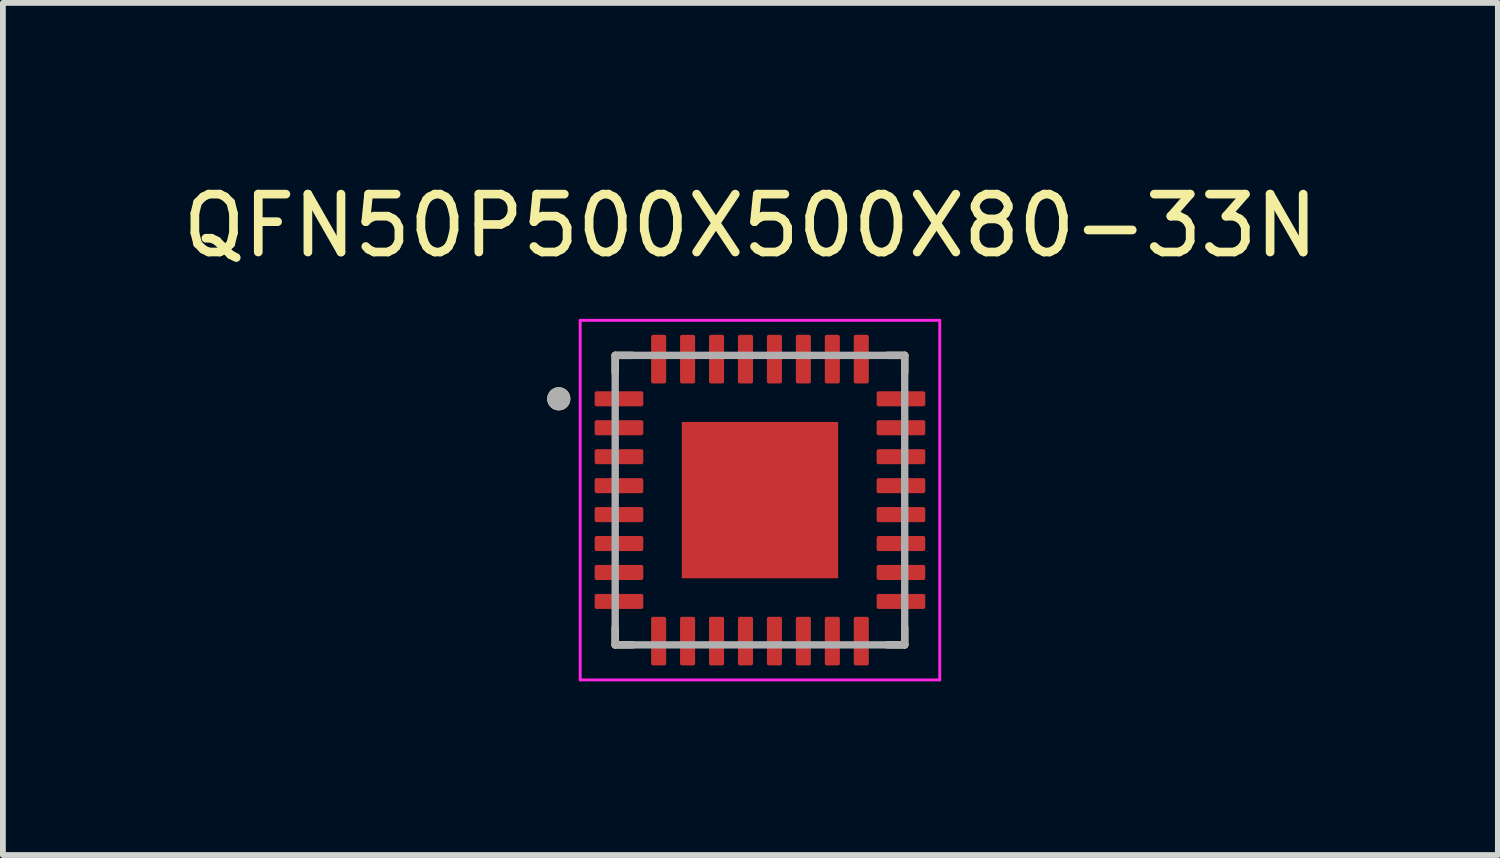
<source format=kicad_pcb>
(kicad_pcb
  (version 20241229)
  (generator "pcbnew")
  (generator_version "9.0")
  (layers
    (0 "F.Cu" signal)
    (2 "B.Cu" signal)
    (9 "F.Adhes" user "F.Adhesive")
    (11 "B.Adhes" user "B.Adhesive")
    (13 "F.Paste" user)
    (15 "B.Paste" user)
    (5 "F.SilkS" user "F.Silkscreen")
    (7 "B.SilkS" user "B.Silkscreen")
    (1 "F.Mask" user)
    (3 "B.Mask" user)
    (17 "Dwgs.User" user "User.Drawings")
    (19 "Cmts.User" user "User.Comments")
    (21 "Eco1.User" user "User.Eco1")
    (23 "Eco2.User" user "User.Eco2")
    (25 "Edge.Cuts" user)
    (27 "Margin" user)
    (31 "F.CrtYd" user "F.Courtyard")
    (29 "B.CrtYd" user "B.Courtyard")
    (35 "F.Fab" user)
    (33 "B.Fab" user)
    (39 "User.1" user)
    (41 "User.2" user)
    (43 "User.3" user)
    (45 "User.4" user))
  (footprint "QFN50P500X500X80-33N"
    (layer "F.Cu")
    (at 10.076 5.588)
    (property "Reference" "QFN50P500X500X80-33N" (at -0.165 -4.74 0) (layer "F.SilkS") (effects (font (size 1 1) (thickness 0.15))))
    (attr smd)
    (fp_line (start -2.5 -2.5) (end -2.5 -2.2) (stroke (width 0.127) (type solid)) (layer "F.SilkS"))
    (fp_line (start -2.5 -2.5) (end -2.2 -2.5) (stroke (width 0.127) (type solid)) (layer "F.SilkS"))
    (fp_line (start -2.5 2.5) (end -2.5 2.2) (stroke (width 0.127) (type solid)) (layer "F.SilkS"))
    (fp_line (start -2.5 2.5) (end -2.2 2.5) (stroke (width 0.127) (type solid)) (layer "F.SilkS"))
    (fp_line (start 2.5 -2.5) (end 2.2 -2.5) (stroke (width 0.127) (type solid)) (layer "F.SilkS"))
    (fp_line (start 2.5 -2.5) (end 2.5 -2.2) (stroke (width 0.127) (type solid)) (layer "F.SilkS"))
    (fp_line (start 2.5 2.5) (end 2.2 2.5) (stroke (width 0.127) (type solid)) (layer "F.SilkS"))
    (fp_line (start 2.5 2.5) (end 2.5 2.2) (stroke (width 0.127) (type solid)) (layer "F.SilkS"))
    (fp_circle (center -3.475 -1.75) (end -3.375 -1.75) (stroke (width 0.2) (type solid)) (fill no) (layer "F.SilkS"))
    (fp_poly (pts (xy -0.85 -0.85) (xy 0.85 -0.85) (xy 0.85 0.85) (xy -0.85 0.85)) (stroke (width 0.01) (type solid)) (fill yes) (layer "F.Paste"))
    (fp_line (start -3.105 -3.105) (end 3.105 -3.105) (stroke (width 0.05) (type solid)) (layer "F.CrtYd"))
    (fp_line (start -3.105 3.105) (end -3.105 -3.105) (stroke (width 0.05) (type solid)) (layer "F.CrtYd"))
    (fp_line (start -3.105 3.105) (end 3.105 3.105) (stroke (width 0.05) (type solid)) (layer "F.CrtYd"))
    (fp_line (start 3.105 3.105) (end 3.105 -3.105) (stroke (width 0.05) (type solid)) (layer "F.CrtYd"))
    (fp_line (start -2.5 2.5) (end -2.5 -2.5) (stroke (width 0.127) (type solid)) (layer "F.Fab"))
    (fp_line (start 2.5 -2.5) (end -2.5 -2.5) (stroke (width 0.127) (type solid)) (layer "F.Fab"))
    (fp_line (start 2.5 2.5) (end -2.5 2.5) (stroke (width 0.127) (type solid)) (layer "F.Fab"))
    (fp_line (start 2.5 2.5) (end 2.5 -2.5) (stroke (width 0.127) (type solid)) (layer "F.Fab"))
    (fp_circle (center -3.475 -1.75) (end -3.375 -1.75) (stroke (width 0.2) (type solid)) (fill no) (layer "F.Fab"))
    (pad "1" smd roundrect (at -2.435 -1.75) (size 0.84 0.26) (layers "F.Cu" "F.Mask" "F.Paste") (roundrect_rratio 0.125))
    (pad "2" smd roundrect (at -2.435 -1.25) (size 0.84 0.26) (layers "F.Cu" "F.Mask" "F.Paste") (roundrect_rratio 0.125))
    (pad "3" smd roundrect (at -2.435 -0.75) (size 0.84 0.26) (layers "F.Cu" "F.Mask" "F.Paste") (roundrect_rratio 0.125))
    (pad "4" smd roundrect (at -2.435 -0.25) (size 0.84 0.26) (layers "F.Cu" "F.Mask" "F.Paste") (roundrect_rratio 0.125))
    (pad "5" smd roundrect (at -2.435 0.25) (size 0.84 0.26) (layers "F.Cu" "F.Mask" "F.Paste") (roundrect_rratio 0.125))
    (pad "6" smd roundrect (at -2.435 0.75) (size 0.84 0.26) (layers "F.Cu" "F.Mask" "F.Paste") (roundrect_rratio 0.125))
    (pad "7" smd roundrect (at -2.435 1.25) (size 0.84 0.26) (layers "F.Cu" "F.Mask" "F.Paste") (roundrect_rratio 0.125))
    (pad "8" smd roundrect (at -2.435 1.75) (size 0.84 0.26) (layers "F.Cu" "F.Mask" "F.Paste") (roundrect_rratio 0.125))
    (pad "9" smd roundrect (at -1.75 2.435) (size 0.26 0.84) (layers "F.Cu" "F.Mask" "F.Paste") (roundrect_rratio 0.125))
    (pad "10" smd roundrect (at -1.25 2.435) (size 0.26 0.84) (layers "F.Cu" "F.Mask" "F.Paste") (roundrect_rratio 0.125))
    (pad "11" smd roundrect (at -0.75 2.435) (size 0.26 0.84) (layers "F.Cu" "F.Mask" "F.Paste") (roundrect_rratio 0.125))
    (pad "12" smd roundrect (at -0.25 2.435) (size 0.26 0.84) (layers "F.Cu" "F.Mask" "F.Paste") (roundrect_rratio 0.125))
    (pad "13" smd roundrect (at 0.25 2.435) (size 0.26 0.84) (layers "F.Cu" "F.Mask" "F.Paste") (roundrect_rratio 0.125))
    (pad "14" smd roundrect (at 0.75 2.435) (size 0.26 0.84) (layers "F.Cu" "F.Mask" "F.Paste") (roundrect_rratio 0.125))
    (pad "15" smd roundrect (at 1.25 2.435) (size 0.26 0.84) (layers "F.Cu" "F.Mask" "F.Paste") (roundrect_rratio 0.125))
    (pad "16" smd roundrect (at 1.75 2.435) (size 0.26 0.84) (layers "F.Cu" "F.Mask" "F.Paste") (roundrect_rratio 0.125))
    (pad "17" smd roundrect (at 2.435 1.75) (size 0.84 0.26) (layers "F.Cu" "F.Mask" "F.Paste") (roundrect_rratio 0.125))
    (pad "18" smd roundrect (at 2.435 1.25) (size 0.84 0.26) (layers "F.Cu" "F.Mask" "F.Paste") (roundrect_rratio 0.125))
    (pad "19" smd roundrect (at 2.435 0.75) (size 0.84 0.26) (layers "F.Cu" "F.Mask" "F.Paste") (roundrect_rratio 0.125))
    (pad "20" smd roundrect (at 2.435 0.25) (size 0.84 0.26) (layers "F.Cu" "F.Mask" "F.Paste") (roundrect_rratio 0.125))
    (pad "21" smd roundrect (at 2.435 -0.25) (size 0.84 0.26) (layers "F.Cu" "F.Mask" "F.Paste") (roundrect_rratio 0.125))
    (pad "22" smd roundrect (at 2.435 -0.75) (size 0.84 0.26) (layers "F.Cu" "F.Mask" "F.Paste") (roundrect_rratio 0.125))
    (pad "23" smd roundrect (at 2.435 -1.25) (size 0.84 0.26) (layers "F.Cu" "F.Mask" "F.Paste") (roundrect_rratio 0.125))
    (pad "24" smd roundrect (at 2.435 -1.75) (size 0.84 0.26) (layers "F.Cu" "F.Mask" "F.Paste") (roundrect_rratio 0.125))
    (pad "25" smd roundrect (at 1.75 -2.435) (size 0.26 0.84) (layers "F.Cu" "F.Mask" "F.Paste") (roundrect_rratio 0.125))
    (pad "26" smd roundrect (at 1.25 -2.435) (size 0.26 0.84) (layers "F.Cu" "F.Mask" "F.Paste") (roundrect_rratio 0.125))
    (pad "27" smd roundrect (at 0.75 -2.435) (size 0.26 0.84) (layers "F.Cu" "F.Mask" "F.Paste") (roundrect_rratio 0.125))
    (pad "28" smd roundrect (at 0.25 -2.435) (size 0.26 0.84) (layers "F.Cu" "F.Mask" "F.Paste") (roundrect_rratio 0.125))
    (pad "29" smd roundrect (at -0.25 -2.435) (size 0.26 0.84) (layers "F.Cu" "F.Mask" "F.Paste") (roundrect_rratio 0.125))
    (pad "30" smd roundrect (at -0.75 -2.435) (size 0.26 0.84) (layers "F.Cu" "F.Mask" "F.Paste") (roundrect_rratio 0.125))
    (pad "31" smd roundrect (at -1.25 -2.435) (size 0.26 0.84) (layers "F.Cu" "F.Mask" "F.Paste") (roundrect_rratio 0.125))
    (pad "32" smd roundrect (at -1.75 -2.435) (size 0.26 0.84) (layers "F.Cu" "F.Mask" "F.Paste") (roundrect_rratio 0.125))
    (pad "33" smd rect (at 0 0) (size 2.7 2.7) (layers "F.Cu" "F.Mask")))
  (gr_rect
    (start -3 -3)
    (end 22.821 11.718)
    (stroke (width 0.1) (type default))
    (fill no)
    (layer "Edge.Cuts")))
</source>
